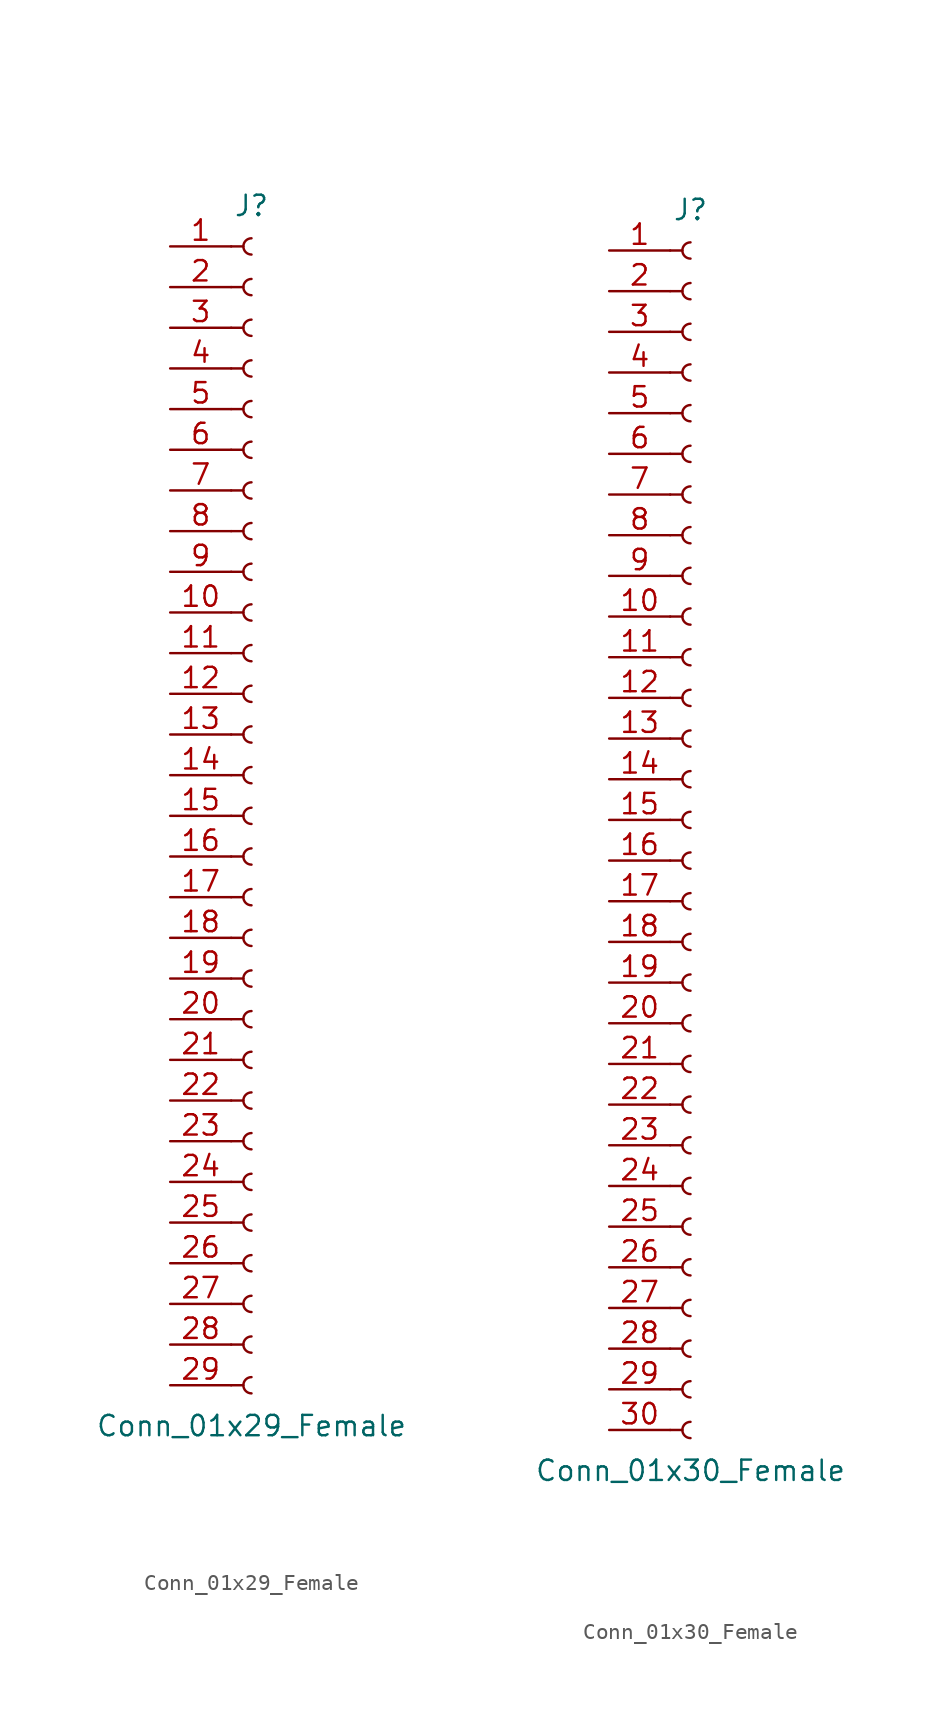
<source format=kicad_sym>
(kicad_symbol_lib
  (version 20201005)
  (generator kicad_symbol_editor)
  (symbol "Connector:Conn_01x29_Female"
    (pin_names
      (offset 1.016) hide)
    (property "Reference" "J"
      (at 0 38.1 0)
      (effects (font (size 1.27 1.27))))
    (property "Value" "Conn_01x29_Female"
      (at 0 -38.1 0)
      (effects (font (size 1.27 1.27))))
    (symbol "Conn_01x29_Female_1_1"
      (arc (start 0 -35.052) (end 0 -36.068) (radius (at 0 -35.56) (length 0.508) (angles 90.1 -90.1)) (stroke (width 0.1524)) (fill (type none)))
      (arc (start 0 -32.512) (end 0 -33.528) (radius (at 0 -33.02) (length 0.508) (angles 90.1 -90.1)) (stroke (width 0.1524)) (fill (type none)))
      (arc (start 0 -29.972) (end 0 -30.988) (radius (at 0 -30.48) (length 0.508) (angles 90.1 -90.1)) (stroke (width 0.1524)) (fill (type none)))
      (arc (start 0 -27.432) (end 0 -28.448) (radius (at 0 -27.94) (length 0.508) (angles 90.1 -90.1)) (stroke (width 0.1524)) (fill (type none)))
      (arc (start 0 -24.892) (end 0 -25.908) (radius (at 0 -25.4) (length 0.508) (angles 90.1 -90.1)) (stroke (width 0.1524)) (fill (type none)))
      (arc (start 0 -22.352) (end 0 -23.368) (radius (at 0 -22.86) (length 0.508) (angles 90.1 -90.1)) (stroke (width 0.1524)) (fill (type none)))
      (arc (start 0 -19.812) (end 0 -20.828) (radius (at 0 -20.32) (length 0.508) (angles 90.1 -90.1)) (stroke (width 0.1524)) (fill (type none)))
      (arc (start 0 -17.272) (end 0 -18.288) (radius (at 0 -17.78) (length 0.508) (angles 90.1 -90.1)) (stroke (width 0.1524)) (fill (type none)))
      (arc (start 0 -14.732) (end 0 -15.748) (radius (at 0 -15.24) (length 0.508) (angles 90.1 -90.1)) (stroke (width 0.1524)) (fill (type none)))
      (arc (start 0 -12.192) (end 0 -13.208) (radius (at 0 -12.7) (length 0.508) (angles 90.1 -90.1)) (stroke (width 0.1524)) (fill (type none)))
      (arc (start 0 -9.652) (end 0 -10.668) (radius (at 0 -10.16) (length 0.508) (angles 90.1 -90.1)) (stroke (width 0.1524)) (fill (type none)))
      (arc (start 0 -7.112) (end 0 -8.128) (radius (at 0 -7.62) (length 0.508) (angles 90.1 -90.1)) (stroke (width 0.1524)) (fill (type none)))
      (arc (start 0 -4.572) (end 0 -5.588) (radius (at 0 -5.08) (length 0.508) (angles 90.1 -90.1)) (stroke (width 0.1524)) (fill (type none)))
      (arc (start 0 -2.032) (end 0 -3.048) (radius (at 0 -2.54) (length 0.508) (angles 90.1 -90.1)) (stroke (width 0.1524)) (fill (type none)))
      (arc (start 0 0.508) (end 0 -0.508) (radius (at 0 0) (length 0.508) (angles 90.1 -90.1)) (stroke (width 0.1524)) (fill (type none)))
      (arc (start 0 3.048) (end 0 2.032) (radius (at 0 2.54) (length 0.508) (angles 90.1 -90.1)) (stroke (width 0.1524)) (fill (type none)))
      (arc (start 0 5.588) (end 0 4.572) (radius (at 0 5.08) (length 0.508) (angles 90.1 -90.1)) (stroke (width 0.1524)) (fill (type none)))
      (arc (start 0 8.128) (end 0 7.112) (radius (at 0 7.62) (length 0.508) (angles 90.1 -90.1)) (stroke (width 0.1524)) (fill (type none)))
      (arc (start 0 10.668) (end 0 9.652) (radius (at 0 10.16) (length 0.508) (angles 90.1 -90.1)) (stroke (width 0.1524)) (fill (type none)))
      (arc (start 0 13.208) (end 0 12.192) (radius (at 0 12.7) (length 0.508) (angles 90.1 -90.1)) (stroke (width 0.1524)) (fill (type none)))
      (arc (start 0 15.748) (end 0 14.732) (radius (at 0 15.24) (length 0.508) (angles 90.1 -90.1)) (stroke (width 0.1524)) (fill (type none)))
      (arc (start 0 18.288) (end 0 17.272) (radius (at 0 17.78) (length 0.508) (angles 90.1 -90.1)) (stroke (width 0.1524)) (fill (type none)))
      (arc (start 0 20.828) (end 0 19.812) (radius (at 0 20.32) (length 0.508) (angles 90.1 -90.1)) (stroke (width 0.1524)) (fill (type none)))
      (arc (start 0 23.368) (end 0 22.352) (radius (at 0 22.86) (length 0.508) (angles 90.1 -90.1)) (stroke (width 0.1524)) (fill (type none)))
      (arc (start 0 25.908) (end 0 24.892) (radius (at 0 25.4) (length 0.508) (angles 90.1 -90.1)) (stroke (width 0.1524)) (fill (type none)))
      (arc (start 0 28.448) (end 0 27.432) (radius (at 0 27.94) (length 0.508) (angles 90.1 -90.1)) (stroke (width 0.1524)) (fill (type none)))
      (arc (start 0 30.988) (end 0 29.972) (radius (at 0 30.48) (length 0.508) (angles 90.1 -90.1)) (stroke (width 0.1524)) (fill (type none)))
      (arc (start 0 33.528) (end 0 32.512) (radius (at 0 33.02) (length 0.508) (angles 90.1 -90.1)) (stroke (width 0.1524)) (fill (type none)))
      (arc (start 0 36.068) (end 0 35.052) (radius (at 0 35.56) (length 0.508) (angles 90.1 -90.1)) (stroke (width 0.1524)) (fill (type none)))
      (polyline (pts (xy -1.27 -35.56) (xy -0.508 -35.56)) (stroke (width 0.152)) (fill (type none)))
      (polyline (pts (xy -1.27 -33.02) (xy -0.508 -33.02)) (stroke (width 0.152)) (fill (type none)))
      (polyline (pts (xy -1.27 -30.48) (xy -0.508 -30.48)) (stroke (width 0.152)) (fill (type none)))
      (polyline (pts (xy -1.27 -27.94) (xy -0.508 -27.94)) (stroke (width 0.152)) (fill (type none)))
      (polyline (pts (xy -1.27 -25.4) (xy -0.508 -25.4)) (stroke (width 0.152)) (fill (type none)))
      (polyline (pts (xy -1.27 -22.86) (xy -0.508 -22.86)) (stroke (width 0.152)) (fill (type none)))
      (polyline (pts (xy -1.27 -20.32) (xy -0.508 -20.32)) (stroke (width 0.152)) (fill (type none)))
      (polyline (pts (xy -1.27 -17.78) (xy -0.508 -17.78)) (stroke (width 0.152)) (fill (type none)))
      (polyline (pts (xy -1.27 -15.24) (xy -0.508 -15.24)) (stroke (width 0.152)) (fill (type none)))
      (polyline (pts (xy -1.27 -12.7) (xy -0.508 -12.7)) (stroke (width 0.152)) (fill (type none)))
      (polyline (pts (xy -1.27 -10.16) (xy -0.508 -10.16)) (stroke (width 0.152)) (fill (type none)))
      (polyline (pts (xy -1.27 -7.62) (xy -0.508 -7.62)) (stroke (width 0.152)) (fill (type none)))
      (polyline (pts (xy -1.27 -5.08) (xy -0.508 -5.08)) (stroke (width 0.152)) (fill (type none)))
      (polyline (pts (xy -1.27 -2.54) (xy -0.508 -2.54)) (stroke (width 0.152)) (fill (type none)))
      (polyline (pts (xy -1.27 0) (xy -0.508 0)) (stroke (width 0.152)) (fill (type none)))
      (polyline (pts (xy -1.27 2.54) (xy -0.508 2.54)) (stroke (width 0.152)) (fill (type none)))
      (polyline (pts (xy -1.27 5.08) (xy -0.508 5.08)) (stroke (width 0.152)) (fill (type none)))
      (polyline (pts (xy -1.27 7.62) (xy -0.508 7.62)) (stroke (width 0.152)) (fill (type none)))
      (polyline (pts (xy -1.27 10.16) (xy -0.508 10.16)) (stroke (width 0.152)) (fill (type none)))
      (polyline (pts (xy -1.27 12.7) (xy -0.508 12.7)) (stroke (width 0.152)) (fill (type none)))
      (polyline (pts (xy -1.27 15.24) (xy -0.508 15.24)) (stroke (width 0.152)) (fill (type none)))
      (polyline (pts (xy -1.27 17.78) (xy -0.508 17.78)) (stroke (width 0.152)) (fill (type none)))
      (polyline (pts (xy -1.27 20.32) (xy -0.508 20.32)) (stroke (width 0.152)) (fill (type none)))
      (polyline (pts (xy -1.27 22.86) (xy -0.508 22.86)) (stroke (width 0.152)) (fill (type none)))
      (polyline (pts (xy -1.27 25.4) (xy -0.508 25.4)) (stroke (width 0.152)) (fill (type none)))
      (polyline (pts (xy -1.27 27.94) (xy -0.508 27.94)) (stroke (width 0.152)) (fill (type none)))
      (polyline (pts (xy -1.27 30.48) (xy -0.508 30.48)) (stroke (width 0.152)) (fill (type none)))
      (polyline (pts (xy -1.27 33.02) (xy -0.508 33.02)) (stroke (width 0.152)) (fill (type none)))
      (polyline (pts (xy -1.27 35.56) (xy -0.508 35.56)) (stroke (width 0.152)) (fill (type none)))
      (pin passive line (at -5.08 35.56 0) (length 3.81) (name "Pin_1" (effects (font (size 1.27 1.27)))) (number "1" (effects (font (size 1.27 1.27)))))
      (pin passive line (at -5.08 12.7 0) (length 3.81) (name "Pin_10" (effects (font (size 1.27 1.27)))) (number "10" (effects (font (size 1.27 1.27)))))
      (pin passive line (at -5.08 10.16 0) (length 3.81) (name "Pin_11" (effects (font (size 1.27 1.27)))) (number "11" (effects (font (size 1.27 1.27)))))
      (pin passive line (at -5.08 7.62 0) (length 3.81) (name "Pin_12" (effects (font (size 1.27 1.27)))) (number "12" (effects (font (size 1.27 1.27)))))
      (pin passive line (at -5.08 5.08 0) (length 3.81) (name "Pin_13" (effects (font (size 1.27 1.27)))) (number "13" (effects (font (size 1.27 1.27)))))
      (pin passive line (at -5.08 2.54 0) (length 3.81) (name "Pin_14" (effects (font (size 1.27 1.27)))) (number "14" (effects (font (size 1.27 1.27)))))
      (pin passive line (at -5.08 0 0) (length 3.81) (name "Pin_15" (effects (font (size 1.27 1.27)))) (number "15" (effects (font (size 1.27 1.27)))))
      (pin passive line (at -5.08 -2.54 0) (length 3.81) (name "Pin_16" (effects (font (size 1.27 1.27)))) (number "16" (effects (font (size 1.27 1.27)))))
      (pin passive line (at -5.08 -5.08 0) (length 3.81) (name "Pin_17" (effects (font (size 1.27 1.27)))) (number "17" (effects (font (size 1.27 1.27)))))
      (pin passive line (at -5.08 -7.62 0) (length 3.81) (name "Pin_18" (effects (font (size 1.27 1.27)))) (number "18" (effects (font (size 1.27 1.27)))))
      (pin passive line (at -5.08 -10.16 0) (length 3.81) (name "Pin_19" (effects (font (size 1.27 1.27)))) (number "19" (effects (font (size 1.27 1.27)))))
      (pin passive line (at -5.08 33.02 0) (length 3.81) (name "Pin_2" (effects (font (size 1.27 1.27)))) (number "2" (effects (font (size 1.27 1.27)))))
      (pin passive line (at -5.08 -12.7 0) (length 3.81) (name "Pin_20" (effects (font (size 1.27 1.27)))) (number "20" (effects (font (size 1.27 1.27)))))
      (pin passive line (at -5.08 -15.24 0) (length 3.81) (name "Pin_21" (effects (font (size 1.27 1.27)))) (number "21" (effects (font (size 1.27 1.27)))))
      (pin passive line (at -5.08 -17.78 0) (length 3.81) (name "Pin_22" (effects (font (size 1.27 1.27)))) (number "22" (effects (font (size 1.27 1.27)))))
      (pin passive line (at -5.08 -20.32 0) (length 3.81) (name "Pin_23" (effects (font (size 1.27 1.27)))) (number "23" (effects (font (size 1.27 1.27)))))
      (pin passive line (at -5.08 -22.86 0) (length 3.81) (name "Pin_24" (effects (font (size 1.27 1.27)))) (number "24" (effects (font (size 1.27 1.27)))))
      (pin passive line (at -5.08 -25.4 0) (length 3.81) (name "Pin_25" (effects (font (size 1.27 1.27)))) (number "25" (effects (font (size 1.27 1.27)))))
      (pin passive line (at -5.08 -27.94 0) (length 3.81) (name "Pin_26" (effects (font (size 1.27 1.27)))) (number "26" (effects (font (size 1.27 1.27)))))
      (pin passive line (at -5.08 -30.48 0) (length 3.81) (name "Pin_27" (effects (font (size 1.27 1.27)))) (number "27" (effects (font (size 1.27 1.27)))))
      (pin passive line (at -5.08 -33.02 0) (length 3.81) (name "Pin_28" (effects (font (size 1.27 1.27)))) (number "28" (effects (font (size 1.27 1.27)))))
      (pin passive line (at -5.08 -35.56 0) (length 3.81) (name "Pin_29" (effects (font (size 1.27 1.27)))) (number "29" (effects (font (size 1.27 1.27)))))
      (pin passive line (at -5.08 30.48 0) (length 3.81) (name "Pin_3" (effects (font (size 1.27 1.27)))) (number "3" (effects (font (size 1.27 1.27)))))
      (pin passive line (at -5.08 27.94 0) (length 3.81) (name "Pin_4" (effects (font (size 1.27 1.27)))) (number "4" (effects (font (size 1.27 1.27)))))
      (pin passive line (at -5.08 25.4 0) (length 3.81) (name "Pin_5" (effects (font (size 1.27 1.27)))) (number "5" (effects (font (size 1.27 1.27)))))
      (pin passive line (at -5.08 22.86 0) (length 3.81) (name "Pin_6" (effects (font (size 1.27 1.27)))) (number "6" (effects (font (size 1.27 1.27)))))
      (pin passive line (at -5.08 20.32 0) (length 3.81) (name "Pin_7" (effects (font (size 1.27 1.27)))) (number "7" (effects (font (size 1.27 1.27)))))
      (pin passive line (at -5.08 17.78 0) (length 3.81) (name "Pin_8" (effects (font (size 1.27 1.27)))) (number "8" (effects (font (size 1.27 1.27)))))
      (pin passive line (at -5.08 15.24 0) (length 3.81) (name "Pin_9" (effects (font (size 1.27 1.27)))) (number "9" (effects (font (size 1.27 1.27)))))))
  (symbol "Connector:Conn_01x30_Female"
    (pin_names
      (offset 1.016) hide)
    (property "Reference" "J"
      (at 0 38.1 0)
      (effects (font (size 1.27 1.27))))
    (property "Value" "Conn_01x30_Female"
      (at 0 -40.64 0)
      (effects (font (size 1.27 1.27))))
    (symbol "Conn_01x30_Female_1_1"
      (arc (start 0 -37.592) (end 0 -38.608) (radius (at 0 -38.1) (length 0.508) (angles 90.1 -90.1)) (stroke (width 0.1524)) (fill (type none)))
      (arc (start 0 -35.052) (end 0 -36.068) (radius (at 0 -35.56) (length 0.508) (angles 90.1 -90.1)) (stroke (width 0.1524)) (fill (type none)))
      (arc (start 0 -32.512) (end 0 -33.528) (radius (at 0 -33.02) (length 0.508) (angles 90.1 -90.1)) (stroke (width 0.1524)) (fill (type none)))
      (arc (start 0 -29.972) (end 0 -30.988) (radius (at 0 -30.48) (length 0.508) (angles 90.1 -90.1)) (stroke (width 0.1524)) (fill (type none)))
      (arc (start 0 -27.432) (end 0 -28.448) (radius (at 0 -27.94) (length 0.508) (angles 90.1 -90.1)) (stroke (width 0.1524)) (fill (type none)))
      (arc (start 0 -24.892) (end 0 -25.908) (radius (at 0 -25.4) (length 0.508) (angles 90.1 -90.1)) (stroke (width 0.1524)) (fill (type none)))
      (arc (start 0 -22.352) (end 0 -23.368) (radius (at 0 -22.86) (length 0.508) (angles 90.1 -90.1)) (stroke (width 0.1524)) (fill (type none)))
      (arc (start 0 -19.812) (end 0 -20.828) (radius (at 0 -20.32) (length 0.508) (angles 90.1 -90.1)) (stroke (width 0.1524)) (fill (type none)))
      (arc (start 0 -17.272) (end 0 -18.288) (radius (at 0 -17.78) (length 0.508) (angles 90.1 -90.1)) (stroke (width 0.1524)) (fill (type none)))
      (arc (start 0 -14.732) (end 0 -15.748) (radius (at 0 -15.24) (length 0.508) (angles 90.1 -90.1)) (stroke (width 0.1524)) (fill (type none)))
      (arc (start 0 -12.192) (end 0 -13.208) (radius (at 0 -12.7) (length 0.508) (angles 90.1 -90.1)) (stroke (width 0.1524)) (fill (type none)))
      (arc (start 0 -9.652) (end 0 -10.668) (radius (at 0 -10.16) (length 0.508) (angles 90.1 -90.1)) (stroke (width 0.1524)) (fill (type none)))
      (arc (start 0 -7.112) (end 0 -8.128) (radius (at 0 -7.62) (length 0.508) (angles 90.1 -90.1)) (stroke (width 0.1524)) (fill (type none)))
      (arc (start 0 -4.572) (end 0 -5.588) (radius (at 0 -5.08) (length 0.508) (angles 90.1 -90.1)) (stroke (width 0.1524)) (fill (type none)))
      (arc (start 0 -2.032) (end 0 -3.048) (radius (at 0 -2.54) (length 0.508) (angles 90.1 -90.1)) (stroke (width 0.1524)) (fill (type none)))
      (arc (start 0 0.508) (end 0 -0.508) (radius (at 0 0) (length 0.508) (angles 90.1 -90.1)) (stroke (width 0.1524)) (fill (type none)))
      (arc (start 0 3.048) (end 0 2.032) (radius (at 0 2.54) (length 0.508) (angles 90.1 -90.1)) (stroke (width 0.1524)) (fill (type none)))
      (arc (start 0 5.588) (end 0 4.572) (radius (at 0 5.08) (length 0.508) (angles 90.1 -90.1)) (stroke (width 0.1524)) (fill (type none)))
      (arc (start 0 8.128) (end 0 7.112) (radius (at 0 7.62) (length 0.508) (angles 90.1 -90.1)) (stroke (width 0.1524)) (fill (type none)))
      (arc (start 0 10.668) (end 0 9.652) (radius (at 0 10.16) (length 0.508) (angles 90.1 -90.1)) (stroke (width 0.1524)) (fill (type none)))
      (arc (start 0 13.208) (end 0 12.192) (radius (at 0 12.7) (length 0.508) (angles 90.1 -90.1)) (stroke (width 0.1524)) (fill (type none)))
      (arc (start 0 15.748) (end 0 14.732) (radius (at 0 15.24) (length 0.508) (angles 90.1 -90.1)) (stroke (width 0.1524)) (fill (type none)))
      (arc (start 0 18.288) (end 0 17.272) (radius (at 0 17.78) (length 0.508) (angles 90.1 -90.1)) (stroke (width 0.1524)) (fill (type none)))
      (arc (start 0 20.828) (end 0 19.812) (radius (at 0 20.32) (length 0.508) (angles 90.1 -90.1)) (stroke (width 0.1524)) (fill (type none)))
      (arc (start 0 23.368) (end 0 22.352) (radius (at 0 22.86) (length 0.508) (angles 90.1 -90.1)) (stroke (width 0.1524)) (fill (type none)))
      (arc (start 0 25.908) (end 0 24.892) (radius (at 0 25.4) (length 0.508) (angles 90.1 -90.1)) (stroke (width 0.1524)) (fill (type none)))
      (arc (start 0 28.448) (end 0 27.432) (radius (at 0 27.94) (length 0.508) (angles 90.1 -90.1)) (stroke (width 0.1524)) (fill (type none)))
      (arc (start 0 30.988) (end 0 29.972) (radius (at 0 30.48) (length 0.508) (angles 90.1 -90.1)) (stroke (width 0.1524)) (fill (type none)))
      (arc (start 0 33.528) (end 0 32.512) (radius (at 0 33.02) (length 0.508) (angles 90.1 -90.1)) (stroke (width 0.1524)) (fill (type none)))
      (arc (start 0 36.068) (end 0 35.052) (radius (at 0 35.56) (length 0.508) (angles 90.1 -90.1)) (stroke (width 0.1524)) (fill (type none)))
      (polyline (pts (xy -1.27 -38.1) (xy -0.508 -38.1)) (stroke (width 0.152)) (fill (type none)))
      (polyline (pts (xy -1.27 -35.56) (xy -0.508 -35.56)) (stroke (width 0.152)) (fill (type none)))
      (polyline (pts (xy -1.27 -33.02) (xy -0.508 -33.02)) (stroke (width 0.152)) (fill (type none)))
      (polyline (pts (xy -1.27 -30.48) (xy -0.508 -30.48)) (stroke (width 0.152)) (fill (type none)))
      (polyline (pts (xy -1.27 -27.94) (xy -0.508 -27.94)) (stroke (width 0.152)) (fill (type none)))
      (polyline (pts (xy -1.27 -25.4) (xy -0.508 -25.4)) (stroke (width 0.152)) (fill (type none)))
      (polyline (pts (xy -1.27 -22.86) (xy -0.508 -22.86)) (stroke (width 0.152)) (fill (type none)))
      (polyline (pts (xy -1.27 -20.32) (xy -0.508 -20.32)) (stroke (width 0.152)) (fill (type none)))
      (polyline (pts (xy -1.27 -17.78) (xy -0.508 -17.78)) (stroke (width 0.152)) (fill (type none)))
      (polyline (pts (xy -1.27 -15.24) (xy -0.508 -15.24)) (stroke (width 0.152)) (fill (type none)))
      (polyline (pts (xy -1.27 -12.7) (xy -0.508 -12.7)) (stroke (width 0.152)) (fill (type none)))
      (polyline (pts (xy -1.27 -10.16) (xy -0.508 -10.16)) (stroke (width 0.152)) (fill (type none)))
      (polyline (pts (xy -1.27 -7.62) (xy -0.508 -7.62)) (stroke (width 0.152)) (fill (type none)))
      (polyline (pts (xy -1.27 -5.08) (xy -0.508 -5.08)) (stroke (width 0.152)) (fill (type none)))
      (polyline (pts (xy -1.27 -2.54) (xy -0.508 -2.54)) (stroke (width 0.152)) (fill (type none)))
      (polyline (pts (xy -1.27 0) (xy -0.508 0)) (stroke (width 0.152)) (fill (type none)))
      (polyline (pts (xy -1.27 2.54) (xy -0.508 2.54)) (stroke (width 0.152)) (fill (type none)))
      (polyline (pts (xy -1.27 5.08) (xy -0.508 5.08)) (stroke (width 0.152)) (fill (type none)))
      (polyline (pts (xy -1.27 7.62) (xy -0.508 7.62)) (stroke (width 0.152)) (fill (type none)))
      (polyline (pts (xy -1.27 10.16) (xy -0.508 10.16)) (stroke (width 0.152)) (fill (type none)))
      (polyline (pts (xy -1.27 12.7) (xy -0.508 12.7)) (stroke (width 0.152)) (fill (type none)))
      (polyline (pts (xy -1.27 15.24) (xy -0.508 15.24)) (stroke (width 0.152)) (fill (type none)))
      (polyline (pts (xy -1.27 17.78) (xy -0.508 17.78)) (stroke (width 0.152)) (fill (type none)))
      (polyline (pts (xy -1.27 20.32) (xy -0.508 20.32)) (stroke (width 0.152)) (fill (type none)))
      (polyline (pts (xy -1.27 22.86) (xy -0.508 22.86)) (stroke (width 0.152)) (fill (type none)))
      (polyline (pts (xy -1.27 25.4) (xy -0.508 25.4)) (stroke (width 0.152)) (fill (type none)))
      (polyline (pts (xy -1.27 27.94) (xy -0.508 27.94)) (stroke (width 0.152)) (fill (type none)))
      (polyline (pts (xy -1.27 30.48) (xy -0.508 30.48)) (stroke (width 0.152)) (fill (type none)))
      (polyline (pts (xy -1.27 33.02) (xy -0.508 33.02)) (stroke (width 0.152)) (fill (type none)))
      (polyline (pts (xy -1.27 35.56) (xy -0.508 35.56)) (stroke (width 0.152)) (fill (type none)))
      (pin passive line (at -5.08 35.56 0) (length 3.81) (name "Pin_1" (effects (font (size 1.27 1.27)))) (number "1" (effects (font (size 1.27 1.27)))))
      (pin passive line (at -5.08 12.7 0) (length 3.81) (name "Pin_10" (effects (font (size 1.27 1.27)))) (number "10" (effects (font (size 1.27 1.27)))))
      (pin passive line (at -5.08 10.16 0) (length 3.81) (name "Pin_11" (effects (font (size 1.27 1.27)))) (number "11" (effects (font (size 1.27 1.27)))))
      (pin passive line (at -5.08 7.62 0) (length 3.81) (name "Pin_12" (effects (font (size 1.27 1.27)))) (number "12" (effects (font (size 1.27 1.27)))))
      (pin passive line (at -5.08 5.08 0) (length 3.81) (name "Pin_13" (effects (font (size 1.27 1.27)))) (number "13" (effects (font (size 1.27 1.27)))))
      (pin passive line (at -5.08 2.54 0) (length 3.81) (name "Pin_14" (effects (font (size 1.27 1.27)))) (number "14" (effects (font (size 1.27 1.27)))))
      (pin passive line (at -5.08 0 0) (length 3.81) (name "Pin_15" (effects (font (size 1.27 1.27)))) (number "15" (effects (font (size 1.27 1.27)))))
      (pin passive line (at -5.08 -2.54 0) (length 3.81) (name "Pin_16" (effects (font (size 1.27 1.27)))) (number "16" (effects (font (size 1.27 1.27)))))
      (pin passive line (at -5.08 -5.08 0) (length 3.81) (name "Pin_17" (effects (font (size 1.27 1.27)))) (number "17" (effects (font (size 1.27 1.27)))))
      (pin passive line (at -5.08 -7.62 0) (length 3.81) (name "Pin_18" (effects (font (size 1.27 1.27)))) (number "18" (effects (font (size 1.27 1.27)))))
      (pin passive line (at -5.08 -10.16 0) (length 3.81) (name "Pin_19" (effects (font (size 1.27 1.27)))) (number "19" (effects (font (size 1.27 1.27)))))
      (pin passive line (at -5.08 33.02 0) (length 3.81) (name "Pin_2" (effects (font (size 1.27 1.27)))) (number "2" (effects (font (size 1.27 1.27)))))
      (pin passive line (at -5.08 -12.7 0) (length 3.81) (name "Pin_20" (effects (font (size 1.27 1.27)))) (number "20" (effects (font (size 1.27 1.27)))))
      (pin passive line (at -5.08 -15.24 0) (length 3.81) (name "Pin_21" (effects (font (size 1.27 1.27)))) (number "21" (effects (font (size 1.27 1.27)))))
      (pin passive line (at -5.08 -17.78 0) (length 3.81) (name "Pin_22" (effects (font (size 1.27 1.27)))) (number "22" (effects (font (size 1.27 1.27)))))
      (pin passive line (at -5.08 -20.32 0) (length 3.81) (name "Pin_23" (effects (font (size 1.27 1.27)))) (number "23" (effects (font (size 1.27 1.27)))))
      (pin passive line (at -5.08 -22.86 0) (length 3.81) (name "Pin_24" (effects (font (size 1.27 1.27)))) (number "24" (effects (font (size 1.27 1.27)))))
      (pin passive line (at -5.08 -25.4 0) (length 3.81) (name "Pin_25" (effects (font (size 1.27 1.27)))) (number "25" (effects (font (size 1.27 1.27)))))
      (pin passive line (at -5.08 -27.94 0) (length 3.81) (name "Pin_26" (effects (font (size 1.27 1.27)))) (number "26" (effects (font (size 1.27 1.27)))))
      (pin passive line (at -5.08 -30.48 0) (length 3.81) (name "Pin_27" (effects (font (size 1.27 1.27)))) (number "27" (effects (font (size 1.27 1.27)))))
      (pin passive line (at -5.08 -33.02 0) (length 3.81) (name "Pin_28" (effects (font (size 1.27 1.27)))) (number "28" (effects (font (size 1.27 1.27)))))
      (pin passive line (at -5.08 -35.56 0) (length 3.81) (name "Pin_29" (effects (font (size 1.27 1.27)))) (number "29" (effects (font (size 1.27 1.27)))))
      (pin passive line (at -5.08 30.48 0) (length 3.81) (name "Pin_3" (effects (font (size 1.27 1.27)))) (number "3" (effects (font (size 1.27 1.27)))))
      (pin passive line (at -5.08 -38.1 0) (length 3.81) (name "Pin_30" (effects (font (size 1.27 1.27)))) (number "30" (effects (font (size 1.27 1.27)))))
      (pin passive line (at -5.08 27.94 0) (length 3.81) (name "Pin_4" (effects (font (size 1.27 1.27)))) (number "4" (effects (font (size 1.27 1.27)))))
      (pin passive line (at -5.08 25.4 0) (length 3.81) (name "Pin_5" (effects (font (size 1.27 1.27)))) (number "5" (effects (font (size 1.27 1.27)))))
      (pin passive line (at -5.08 22.86 0) (length 3.81) (name "Pin_6" (effects (font (size 1.27 1.27)))) (number "6" (effects (font (size 1.27 1.27)))))
      (pin passive line (at -5.08 20.32 0) (length 3.81) (name "Pin_7" (effects (font (size 1.27 1.27)))) (number "7" (effects (font (size 1.27 1.27)))))
      (pin passive line (at -5.08 17.78 0) (length 3.81) (name "Pin_8" (effects (font (size 1.27 1.27)))) (number "8" (effects (font (size 1.27 1.27)))))
      (pin passive line (at -5.08 15.24 0) (length 3.81) (name "Pin_9" (effects (font (size 1.27 1.27)))) (number "9" (effects (font (size 1.27 1.27))))))))
</source>
